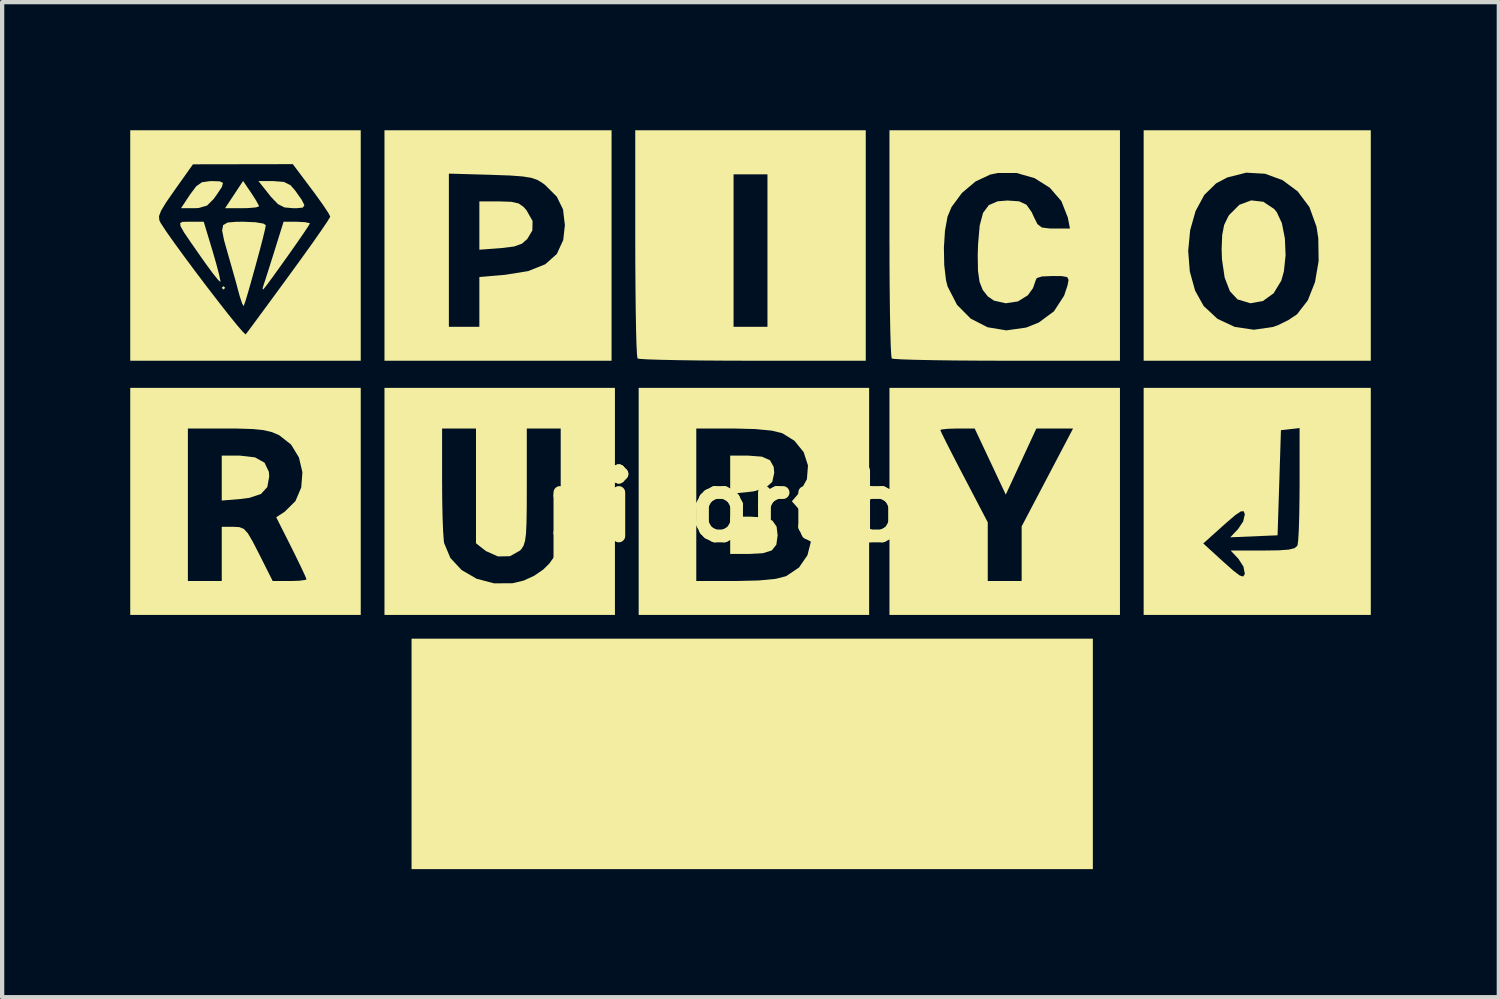
<source format=kicad_pcb>
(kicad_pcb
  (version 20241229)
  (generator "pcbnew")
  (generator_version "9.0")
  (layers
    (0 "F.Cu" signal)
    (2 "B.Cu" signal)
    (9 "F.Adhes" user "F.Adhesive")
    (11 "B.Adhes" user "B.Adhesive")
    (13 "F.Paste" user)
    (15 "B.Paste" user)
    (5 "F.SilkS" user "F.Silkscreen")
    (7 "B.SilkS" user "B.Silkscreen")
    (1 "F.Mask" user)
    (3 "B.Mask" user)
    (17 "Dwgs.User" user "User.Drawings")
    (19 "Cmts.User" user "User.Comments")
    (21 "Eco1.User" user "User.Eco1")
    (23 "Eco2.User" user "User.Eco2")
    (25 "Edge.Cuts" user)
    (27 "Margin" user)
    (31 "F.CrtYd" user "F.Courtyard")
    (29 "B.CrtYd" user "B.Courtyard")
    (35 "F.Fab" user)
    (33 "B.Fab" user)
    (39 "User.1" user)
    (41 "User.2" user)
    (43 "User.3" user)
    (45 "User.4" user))
  (footprint "picoruby"
    (layer "F.Cu")
    (at 14.526 8.811)
    (property "Reference" "picoruby" (at 0 0 0) (layer "F.SilkS") (effects (font (size 1.524 1.524) (thickness 0.3))))
    (attr board_only exclude_from_pos_files exclude_from_bom)
    (fp_poly (pts (xy -12.303 -5.12) (xy -12.343 -5.08) (xy -12.383 -5.12) (xy -12.343 -5.159)) (stroke (width 0) (type solid)) (fill yes) (layer "F.SilkS"))
    (fp_poly (pts (xy 8.017 8.493) (xy -7.938 8.493) (xy -7.938 3.096) (xy 8.017 3.096)) (stroke (width 0) (type solid)) (fill yes) (layer "F.SilkS"))
    (fp_poly (pts (xy -11.696 -7.348) (xy -11.58 -7.168) (xy -11.515 -7.047) (xy -11.509 -7.029) (xy -11.581 -7.004) (xy -11.764 -6.988) (xy -11.907 -6.985) (xy -12.305 -6.985) (xy -11.883 -7.623)) (stroke (width 0) (type solid)) (fill yes) (layer "F.SilkS"))
    (fp_poly (pts (xy -11.605 -1.15) (xy -11.381 -1.026) (xy -11.28 -0.812) (xy -11.271 -0.703) (xy -11.316 -0.455) (xy -11.464 -0.293) (xy -11.735 -0.202) (xy -11.934 -0.176) (xy -12.383 -0.139) (xy -12.383 -1.191) (xy -11.958 -1.191)) (stroke (width 0) (type solid)) (fill yes) (layer "F.SilkS"))
    (fp_poly (pts (xy 0.264 -1.167) (xy 0.455 -1.084) (xy 0.543 -0.927) (xy 0.556 -0.788) (xy 0.509 -0.576) (xy 0.356 -0.437) (xy 0.077 -0.355) (xy -0.082 -0.335) (xy -0.476 -0.297) (xy -0.476 -1.191) (xy -0.056 -1.191)) (stroke (width 0) (type solid)) (fill yes) (layer "F.SilkS"))
    (fp_poly (pts (xy 0.312 0.258) (xy 0.512 0.33) (xy 0.611 0.471) (xy 0.635 0.675) (xy 0.605 0.895) (xy 0.499 1.029) (xy 0.288 1.095) (xy -0.016 1.111) (xy -0.476 1.111) (xy -0.476 0.238) (xy -0.016 0.238)) (stroke (width 0) (type solid)) (fill yes) (layer "F.SilkS"))
    (fp_poly (pts (xy -12.428 -7.614) (xy -12.354 -7.578) (xy -12.379 -7.483) (xy -12.502 -7.299) (xy -12.571 -7.203) (xy -12.727 -7.047) (xy -12.929 -6.989) (xy -13.034 -6.985) (xy -13.337 -6.985) (xy -13.127 -7.303) (xy -12.98 -7.5) (xy -12.845 -7.593) (xy -12.659 -7.619) (xy -12.605 -7.62)) (stroke (width 0) (type solid)) (fill yes) (layer "F.SilkS"))
    (fp_poly (pts (xy -10.929 -7.601) (xy -10.772 -7.523) (xy -10.666 -7.402) (xy -10.508 -7.178) (xy -10.447 -7.054) (xy -10.485 -6.999) (xy -10.626 -6.985) (xy -10.704 -6.985) (xy -10.913 -7.003) (xy -11.067 -7.081) (xy -11.231 -7.252) (xy -11.271 -7.303) (xy -11.523 -7.62) (xy -11.174 -7.62)) (stroke (width 0) (type solid)) (fill yes) (layer "F.SilkS"))
    (fp_poly (pts (xy -5.603 -7.135) (xy -5.431 -7.097) (xy -5.311 -7.012) (xy -5.245 -6.935) (xy -5.104 -6.687) (xy -5.109 -6.464) (xy -5.227 -6.265) (xy -5.352 -6.155) (xy -5.534 -6.089) (xy -5.822 -6.052) (xy -5.862 -6.049) (xy -6.35 -6.013) (xy -6.35 -7.144) (xy -5.88 -7.144)) (stroke (width 0) (type solid)) (fill yes) (layer "F.SilkS"))
    (fp_poly (pts (xy -13.114 -6.668) (xy -12.805 -6.668) (xy -12.596 -5.977) (xy -12.508 -5.67) (xy -12.444 -5.427) (xy -12.415 -5.283) (xy -12.416 -5.259) (xy -12.469 -5.307) (xy -12.592 -5.46) (xy -12.761 -5.69) (xy -12.874 -5.85) (xy -13.112 -6.191) (xy -13.268 -6.421) (xy -13.347 -6.562) (xy -13.357 -6.636) (xy -13.304 -6.665) (xy -13.194 -6.668)) (stroke (width 0) (type solid)) (fill yes) (layer "F.SilkS"))
    (fp_poly (pts (xy -10.431 -6.658) (xy -10.325 -6.635) (xy -10.319 -6.627) (xy -10.362 -6.554) (xy -10.476 -6.384) (xy -10.639 -6.148) (xy -10.829 -5.878) (xy -11.024 -5.605) (xy -11.2 -5.36) (xy -11.337 -5.175) (xy -11.412 -5.082) (xy -11.414 -5.08) (xy -11.427 -5.106) (xy -11.406 -5.178) (xy -11.361 -5.314) (xy -11.283 -5.557) (xy -11.186 -5.864) (xy -11.146 -5.992) (xy -10.935 -6.668) (xy -10.627 -6.668)) (stroke (width 0) (type solid)) (fill yes) (layer "F.SilkS"))
    (fp_poly (pts (xy 12.009 -7.136) (xy 12.263 -6.966) (xy 12.324 -6.893) (xy 12.444 -6.635) (xy 12.514 -6.281) (xy 12.531 -5.887) (xy 12.492 -5.509) (xy 12.431 -5.29) (xy 12.251 -4.993) (xy 11.999 -4.811) (xy 11.707 -4.759) (xy 11.408 -4.849) (xy 11.403 -4.852) (xy 11.227 -5.041) (xy 11.104 -5.36) (xy 11.041 -5.788) (xy 11.033 -6.018) (xy 11.046 -6.356) (xy 11.092 -6.593) (xy 11.185 -6.787) (xy 11.212 -6.829) (xy 11.448 -7.065) (xy 11.726 -7.168)) (stroke (width 0) (type solid)) (fill yes) (layer "F.SilkS"))
    (fp_poly (pts (xy -11.592 -6.656) (xy -11.408 -6.625) (xy -11.351 -6.587) (xy -11.371 -6.483) (xy -11.423 -6.268) (xy -11.499 -5.978) (xy -11.588 -5.65) (xy -11.679 -5.322) (xy -11.762 -5.029) (xy -11.828 -4.81) (xy -11.867 -4.7) (xy -11.87 -4.695) (xy -11.903 -4.746) (xy -11.957 -4.908) (xy -11.986 -5.012) (xy -12.057 -5.277) (xy -12.152 -5.612) (xy -12.229 -5.882) (xy -12.329 -6.235) (xy -12.374 -6.462) (xy -12.35 -6.591) (xy -12.244 -6.65) (xy -12.045 -6.667) (xy -11.867 -6.668)) (stroke (width 0) (type solid)) (fill yes) (layer "F.SilkS"))
    (fp_poly (pts (xy 2.699 -3.413) (xy 0.053 -3.413) (xy -0.58 -3.415) (xy -1.162 -3.419) (xy -1.674 -3.426) (xy -2.096 -3.435) (xy -2.411 -3.445) (xy -2.6 -3.457) (xy -2.646 -3.466) (xy -2.658 -3.555) (xy -2.67 -3.784) (xy -2.68 -4.134) (xy -2.681 -4.207) (xy -0.397 -4.207) (xy 0.397 -4.207) (xy 0.397 -7.779) (xy -0.397 -7.779) (xy -0.397 -4.207) (xy -2.681 -4.207) (xy -2.688 -4.587) (xy -2.694 -5.122) (xy -2.698 -5.721) (xy -2.699 -6.165) (xy -2.699 -8.811) (xy 2.699 -8.811)) (stroke (width 0) (type solid)) (fill yes) (layer "F.SilkS"))
    (fp_poly (pts (xy 8.652 2.54) (xy 3.254 2.54) (xy 3.254 -1.789) (xy 4.445 -1.789) (xy 4.48 -1.71) (xy 4.576 -1.516) (xy 4.721 -1.231) (xy 4.901 -0.882) (xy 5.001 -0.691) (xy 5.556 0.371) (xy 5.556 1.746) (xy 6.35 1.746) (xy 6.35 0.466) (xy 6.952 -0.68) (xy 7.554 -1.826) (xy 6.694 -1.826) (xy 6.336 -1.052) (xy 5.978 -0.278) (xy 5.25 -1.826) (xy 4.847 -1.826) (xy 4.619 -1.819) (xy 4.473 -1.803) (xy 4.445 -1.789) (xy 3.254 -1.789) (xy 3.254 -2.778) (xy 8.652 -2.778)) (stroke (width 0) (type solid)) (fill yes) (layer "F.SilkS"))
    (fp_poly (pts (xy -3.254 -3.413) (xy -8.572 -3.413) (xy -8.572 -7.795) (xy -7.064 -7.795) (xy -7.064 -4.207) (xy -6.35 -4.207) (xy -6.35 -5.374) (xy -5.742 -5.426) (xy -5.207 -5.512) (xy -4.807 -5.672) (xy -4.536 -5.913) (xy -4.386 -6.24) (xy -4.347 -6.588) (xy -4.391 -6.958) (xy -4.537 -7.256) (xy -4.81 -7.528) (xy -4.872 -7.575) (xy -4.988 -7.646) (xy -5.131 -7.696) (xy -5.336 -7.729) (xy -5.633 -7.751) (xy -6.055 -7.766) (xy -6.078 -7.767) (xy -7.064 -7.795) (xy -8.572 -7.795) (xy -8.572 -8.811) (xy -3.254 -8.811)) (stroke (width 0) (type solid)) (fill yes) (layer "F.SilkS"))
    (fp_poly (pts (xy 2.778 2.54) (xy -2.619 2.54) (xy -2.619 1.746) (xy -1.27 1.746) (xy -0.355 1.746) (xy 0.192 1.733) (xy 0.589 1.695) (xy 0.834 1.632) (xy 1.135 1.43) (xy 1.333 1.143) (xy 1.418 0.809) (xy 1.38 0.466) (xy 1.211 0.155) (xy 1.199 0.14) (xy 0.969 -0.122) (xy 1.159 -0.343) (xy 1.321 -0.639) (xy 1.346 -0.96) (xy 1.245 -1.272) (xy 1.028 -1.54) (xy 0.743 -1.716) (xy 0.498 -1.776) (xy 0.113 -1.813) (xy -0.394 -1.826) (xy -1.27 -1.826) (xy -1.27 1.746) (xy -2.619 1.746) (xy -2.619 -2.778) (xy 2.778 -2.778)) (stroke (width 0) (type solid)) (fill yes) (layer "F.SilkS"))
    (fp_poly (pts (xy 14.526 -3.413) (xy 9.207 -3.413) (xy 9.207 -5.986) (xy 10.25 -5.986) (xy 10.288 -5.501) (xy 10.413 -5.052) (xy 10.613 -4.694) (xy 10.936 -4.394) (xy 11.341 -4.205) (xy 11.788 -4.139) (xy 12.237 -4.204) (xy 12.362 -4.25) (xy 12.595 -4.365) (xy 12.784 -4.49) (xy 12.805 -4.508) (xy 13.051 -4.827) (xy 13.22 -5.254) (xy 13.305 -5.75) (xy 13.297 -6.279) (xy 13.255 -6.552) (xy 13.089 -7.011) (xy 12.815 -7.378) (xy 12.46 -7.642) (xy 12.05 -7.792) (xy 11.609 -7.817) (xy 11.165 -7.705) (xy 10.903 -7.566) (xy 10.627 -7.296) (xy 10.423 -6.919) (xy 10.296 -6.47) (xy 10.25 -5.986) (xy 9.207 -5.986) (xy 9.207 -8.811) (xy 14.526 -8.811)) (stroke (width 0) (type solid)) (fill yes) (layer "F.SilkS"))
    (fp_poly (pts (xy -9.128 2.54) (xy -14.526 2.54) (xy -14.526 1.746) (xy -13.176 1.746) (xy -12.383 1.746) (xy -12.383 0.476) (xy -12.106 0.476) (xy -11.97 0.484) (xy -11.868 0.524) (xy -11.773 0.626) (xy -11.661 0.816) (xy -11.509 1.111) (xy -11.19 1.746) (xy -10.794 1.746) (xy -10.568 1.739) (xy -10.425 1.72) (xy -10.398 1.705) (xy -10.432 1.621) (xy -10.522 1.428) (xy -10.653 1.158) (xy -10.752 0.958) (xy -11.107 0.253) (xy -10.905 0.12) (xy -10.656 -0.128) (xy -10.521 -0.447) (xy -10.494 -0.8) (xy -10.575 -1.147) (xy -10.759 -1.45) (xy -11.041 -1.671) (xy -11.209 -1.742) (xy -11.405 -1.788) (xy -11.668 -1.814) (xy -12.033 -1.825) (xy -12.26 -1.826) (xy -13.176 -1.826) (xy -13.176 1.746) (xy -14.526 1.746) (xy -14.526 -2.778) (xy -9.128 -2.778)) (stroke (width 0) (type solid)) (fill yes) (layer "F.SilkS"))
    (fp_poly (pts (xy -9.128 -3.413) (xy -14.526 -3.413) (xy -14.526 -6.797) (xy -13.853 -6.797) (xy -13.844 -6.701) (xy -13.812 -6.637) (xy -13.683 -6.44) (xy -13.493 -6.171) (xy -13.259 -5.85) (xy -12.999 -5.5) (xy -12.729 -5.143) (xy -12.466 -4.802) (xy -12.228 -4.498) (xy -12.03 -4.253) (xy -11.889 -4.09) (xy -11.824 -4.03) (xy -11.822 -4.031) (xy -11.762 -4.109) (xy -11.624 -4.296) (xy -11.421 -4.571) (xy -11.169 -4.914) (xy -10.882 -5.305) (xy -10.808 -5.407) (xy -10.518 -5.806) (xy -10.262 -6.163) (xy -10.056 -6.458) (xy -9.912 -6.67) (xy -9.846 -6.779) (xy -9.842 -6.789) (xy -9.887 -6.876) (xy -10.008 -7.057) (xy -10.182 -7.301) (xy -10.281 -7.434) (xy -10.719 -8.017) (xy -13.057 -8.013) (xy -13.486 -7.409) (xy -13.687 -7.12) (xy -13.804 -6.926) (xy -13.853 -6.797) (xy -14.526 -6.797) (xy -14.526 -8.811) (xy -9.128 -8.811)) (stroke (width 0) (type solid)) (fill yes) (layer "F.SilkS"))
    (fp_poly (pts (xy 14.526 2.54) (xy 9.207 2.54) (xy 9.207 0.866) (xy 10.603 0.866) (xy 11.076 1.298) (xy 11.312 1.507) (xy 11.458 1.617) (xy 11.537 1.641) (xy 11.572 1.59) (xy 11.575 1.571) (xy 11.543 1.406) (xy 11.427 1.227) (xy 11.423 1.223) (xy 11.244 1.032) (xy 12.003 1.032) (xy 12.369 1.027) (xy 12.605 1.01) (xy 12.74 0.977) (xy 12.804 0.922) (xy 12.811 0.906) (xy 12.827 0.787) (xy 12.841 0.54) (xy 12.851 0.192) (xy 12.857 -0.225) (xy 12.859 -0.528) (xy 12.859 -1.836) (xy 12.64 -1.811) (xy 12.422 -1.786) (xy 12.383 -0.556) (xy 12.343 0.675) (xy 11.236 0.722) (xy 11.419 0.528) (xy 11.538 0.349) (xy 11.576 0.182) (xy 11.575 0.175) (xy 11.548 0.11) (xy 11.481 0.116) (xy 11.351 0.204) (xy 11.136 0.388) (xy 11.076 0.442) (xy 10.603 0.866) (xy 9.207 0.866) (xy 9.207 -2.778) (xy 14.526 -2.778)) (stroke (width 0) (type solid)) (fill yes) (layer "F.SilkS"))
    (fp_poly (pts (xy -3.175 2.54) (xy -8.572 2.54) (xy -8.572 -0.605) (xy -7.223 -0.605) (xy -7.22 -0.161) (xy -7.212 0.244) (xy -7.199 0.576) (xy -7.183 0.8) (xy -7.175 0.857) (xy -7.029 1.206) (xy -6.765 1.489) (xy -6.413 1.693) (xy -6.006 1.8) (xy -5.574 1.798) (xy -5.31 1.735) (xy -5.065 1.622) (xy -4.854 1.477) (xy -4.713 1.338) (xy -4.608 1.192) (xy -4.535 1.015) (xy -4.487 0.78) (xy -4.46 0.462) (xy -4.448 0.035) (xy -4.445 -0.472) (xy -4.445 -1.826) (xy -5.239 -1.826) (xy -5.239 -0.476) (xy -5.24 0.021) (xy -5.246 0.384) (xy -5.258 0.638) (xy -5.281 0.808) (xy -5.315 0.919) (xy -5.365 0.997) (xy -5.397 1.032) (xy -5.634 1.165) (xy -5.915 1.17) (xy -6.193 1.046) (xy -6.22 1.026) (xy -6.429 0.862) (xy -6.429 -1.826) (xy -7.223 -1.826) (xy -7.223 -0.605) (xy -8.572 -0.605) (xy -8.572 -2.778) (xy -3.175 -2.778)) (stroke (width 0) (type solid)) (fill yes) (layer "F.SilkS"))
    (fp_poly (pts (xy 8.652 -3.413) (xy 6.006 -3.413) (xy 5.373 -3.415) (xy 4.791 -3.419) (xy 4.279 -3.426) (xy 3.857 -3.435) (xy 3.542 -3.445) (xy 3.353 -3.457) (xy 3.307 -3.466) (xy 3.295 -3.555) (xy 3.283 -3.784) (xy 3.273 -4.134) (xy 3.265 -4.587) (xy 3.259 -5.122) (xy 3.255 -5.721) (xy 3.255 -6.057) (xy 4.529 -6.057) (xy 4.537 -5.65) (xy 4.578 -5.299) (xy 4.616 -5.151) (xy 4.837 -4.721) (xy 5.157 -4.399) (xy 5.551 -4.197) (xy 5.992 -4.124) (xy 6.457 -4.19) (xy 6.748 -4.306) (xy 7.105 -4.569) (xy 7.344 -4.936) (xy 7.425 -5.179) (xy 7.449 -5.307) (xy 7.416 -5.372) (xy 7.29 -5.395) (xy 7.073 -5.397) (xy 6.827 -5.387) (xy 6.704 -5.349) (xy 6.668 -5.272) (xy 6.668 -5.264) (xy 6.616 -5.114) (xy 6.495 -4.946) (xy 6.263 -4.802) (xy 5.978 -4.759) (xy 5.703 -4.82) (xy 5.558 -4.919) (xy 5.439 -5.07) (xy 5.364 -5.259) (xy 5.327 -5.519) (xy 5.321 -5.884) (xy 5.33 -6.148) (xy 5.367 -6.578) (xy 5.445 -6.874) (xy 5.58 -7.056) (xy 5.785 -7.146) (xy 6.016 -7.165) (xy 6.291 -7.146) (xy 6.463 -7.066) (xy 6.586 -6.891) (xy 6.637 -6.777) (xy 6.72 -6.612) (xy 6.823 -6.533) (xy 7.004 -6.51) (xy 7.115 -6.509) (xy 7.481 -6.509) (xy 7.431 -6.767) (xy 7.28 -7.151) (xy 7.01 -7.464) (xy 6.652 -7.689) (xy 6.234 -7.809) (xy 5.787 -7.809) (xy 5.614 -7.773) (xy 5.269 -7.611) (xy 4.951 -7.342) (xy 4.708 -7.013) (xy 4.613 -6.785) (xy 4.554 -6.457) (xy 4.529 -6.057) (xy 3.255 -6.057) (xy 3.254 -6.165) (xy 3.254 -8.811) (xy 8.652 -8.811)) (stroke (width 0) (type solid)) (fill yes) (layer "F.SilkS")))
  (gr_rect
    (start -3 -3)
    (end 32.051 20.304)
    (stroke (width 0.1) (type default))
    (fill no)
    (layer "Edge.Cuts")))
</source>
